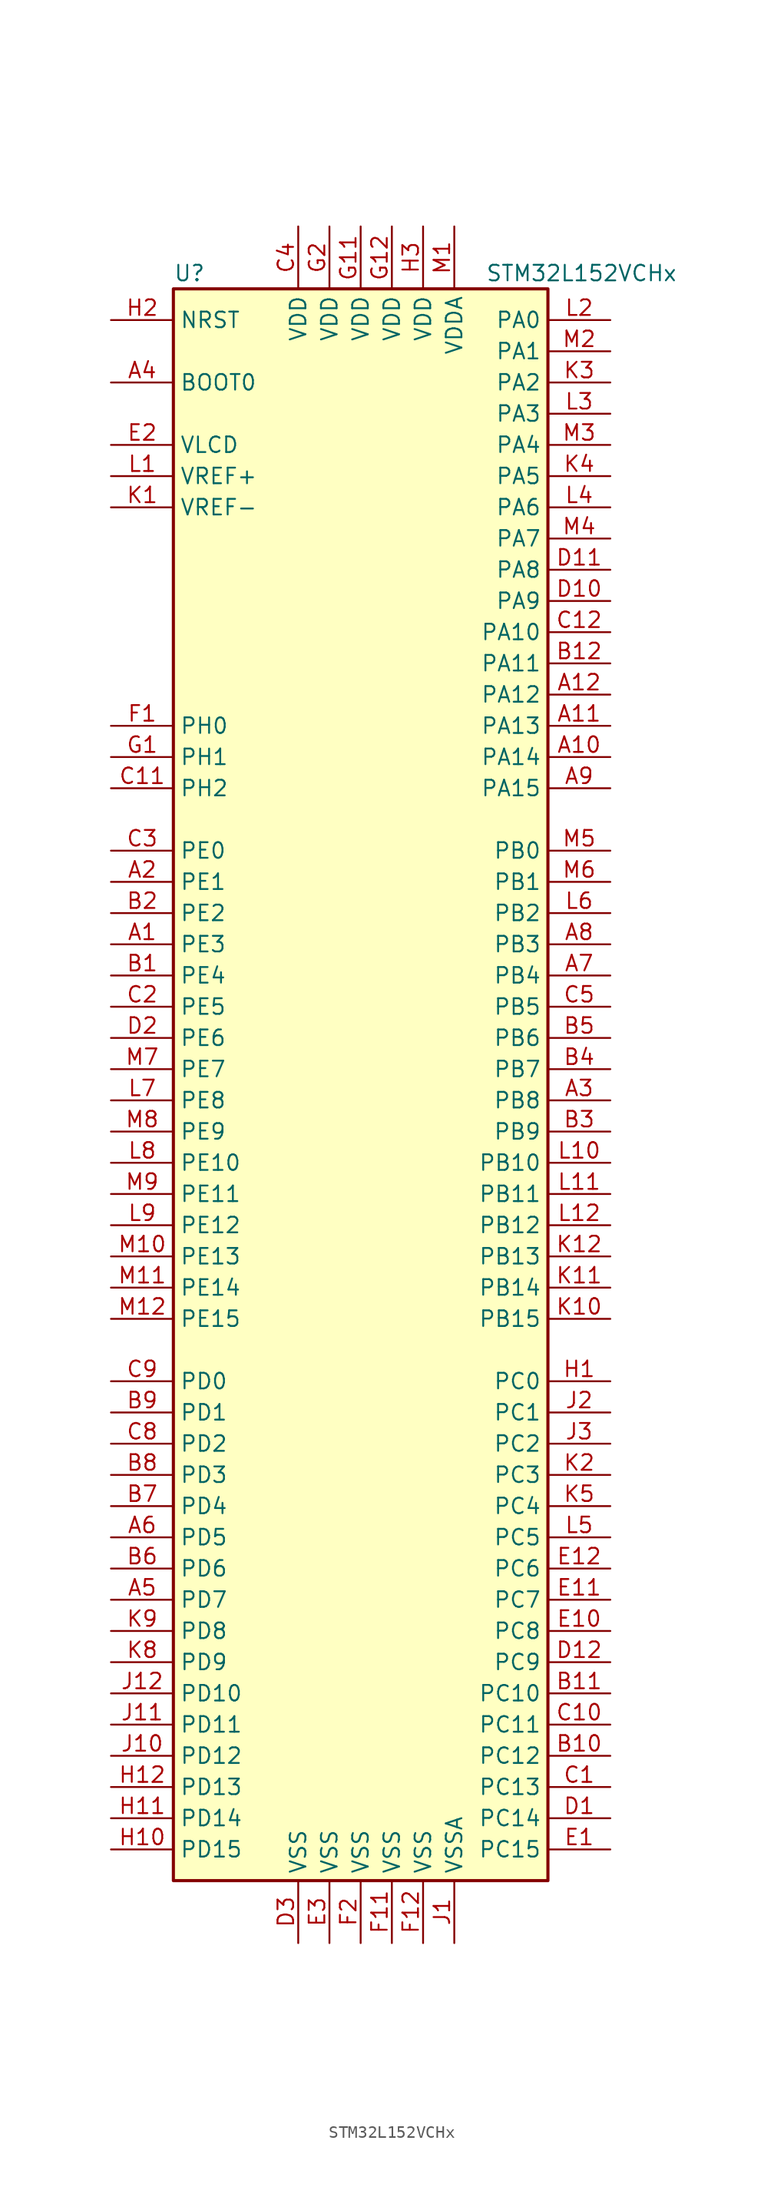
<source format=kicad_sym>
(kicad_symbol_lib
  (version 20201005)
  (generator kicad_symbol_editor)
  (symbol "STM32L152VCHx"
    (property "Reference" "U"
      (at -15.24 64.77 0)
      (effects (font (size 1.27 1.27)) (justify left)))
    (property "Value" "STM32L152VCHx"
      (at 10.16 64.77 0)
      (effects (font (size 1.27 1.27)) (justify left)))
    (symbol "STM32L152VCHx_0_1"
      (rectangle (start -15.24 -66.04) (end 15.24 63.5) (stroke (width 0.254)) (fill (type background))))
    (symbol "STM32L152VCHx_1_1"
      (pin bidirectional line (at -20.32 10.16 0) (length 5.08) (name "PE3" (effects (font (size 1.27 1.27)))) (number "A1" (effects (font (size 1.27 1.27)))))
      (pin bidirectional line (at 20.32 25.4 180) (length 5.08) (name "PA14" (effects (font (size 1.27 1.27)))) (number "A10" (effects (font (size 1.27 1.27)))))
      (pin bidirectional line (at 20.32 27.94 180) (length 5.08) (name "PA13" (effects (font (size 1.27 1.27)))) (number "A11" (effects (font (size 1.27 1.27)))))
      (pin bidirectional line (at 20.32 30.48 180) (length 5.08) (name "PA12" (effects (font (size 1.27 1.27)))) (number "A12" (effects (font (size 1.27 1.27)))))
      (pin bidirectional line (at -20.32 15.24 0) (length 5.08) (name "PE1" (effects (font (size 1.27 1.27)))) (number "A2" (effects (font (size 1.27 1.27)))))
      (pin bidirectional line (at 20.32 -2.54 180) (length 5.08) (name "PB8" (effects (font (size 1.27 1.27)))) (number "A3" (effects (font (size 1.27 1.27)))))
      (pin input line (at -20.32 55.88 0) (length 5.08) (name "BOOT0" (effects (font (size 1.27 1.27)))) (number "A4" (effects (font (size 1.27 1.27)))))
      (pin bidirectional line (at -20.32 -43.18 0) (length 5.08) (name "PD7" (effects (font (size 1.27 1.27)))) (number "A5" (effects (font (size 1.27 1.27)))))
      (pin bidirectional line (at -20.32 -38.1 0) (length 5.08) (name "PD5" (effects (font (size 1.27 1.27)))) (number "A6" (effects (font (size 1.27 1.27)))))
      (pin bidirectional line (at 20.32 7.62 180) (length 5.08) (name "PB4" (effects (font (size 1.27 1.27)))) (number "A7" (effects (font (size 1.27 1.27)))))
      (pin bidirectional line (at 20.32 10.16 180) (length 5.08) (name "PB3" (effects (font (size 1.27 1.27)))) (number "A8" (effects (font (size 1.27 1.27)))))
      (pin bidirectional line (at 20.32 22.86 180) (length 5.08) (name "PA15" (effects (font (size 1.27 1.27)))) (number "A9" (effects (font (size 1.27 1.27)))))
      (pin bidirectional line (at -20.32 7.62 0) (length 5.08) (name "PE4" (effects (font (size 1.27 1.27)))) (number "B1" (effects (font (size 1.27 1.27)))))
      (pin bidirectional line (at 20.32 -55.88 180) (length 5.08) (name "PC12" (effects (font (size 1.27 1.27)))) (number "B10" (effects (font (size 1.27 1.27)))))
      (pin bidirectional line (at 20.32 -50.8 180) (length 5.08) (name "PC10" (effects (font (size 1.27 1.27)))) (number "B11" (effects (font (size 1.27 1.27)))))
      (pin bidirectional line (at 20.32 33.02 180) (length 5.08) (name "PA11" (effects (font (size 1.27 1.27)))) (number "B12" (effects (font (size 1.27 1.27)))))
      (pin bidirectional line (at -20.32 12.7 0) (length 5.08) (name "PE2" (effects (font (size 1.27 1.27)))) (number "B2" (effects (font (size 1.27 1.27)))))
      (pin bidirectional line (at 20.32 -5.08 180) (length 5.08) (name "PB9" (effects (font (size 1.27 1.27)))) (number "B3" (effects (font (size 1.27 1.27)))))
      (pin bidirectional line (at 20.32 0 180) (length 5.08) (name "PB7" (effects (font (size 1.27 1.27)))) (number "B4" (effects (font (size 1.27 1.27)))))
      (pin bidirectional line (at 20.32 2.54 180) (length 5.08) (name "PB6" (effects (font (size 1.27 1.27)))) (number "B5" (effects (font (size 1.27 1.27)))))
      (pin bidirectional line (at -20.32 -40.64 0) (length 5.08) (name "PD6" (effects (font (size 1.27 1.27)))) (number "B6" (effects (font (size 1.27 1.27)))))
      (pin bidirectional line (at -20.32 -35.56 0) (length 5.08) (name "PD4" (effects (font (size 1.27 1.27)))) (number "B7" (effects (font (size 1.27 1.27)))))
      (pin bidirectional line (at -20.32 -33.02 0) (length 5.08) (name "PD3" (effects (font (size 1.27 1.27)))) (number "B8" (effects (font (size 1.27 1.27)))))
      (pin bidirectional line (at -20.32 -27.94 0) (length 5.08) (name "PD1" (effects (font (size 1.27 1.27)))) (number "B9" (effects (font (size 1.27 1.27)))))
      (pin bidirectional line (at 20.32 -58.42 180) (length 5.08) (name "PC13" (effects (font (size 1.27 1.27)))) (number "C1" (effects (font (size 1.27 1.27)))))
      (pin bidirectional line (at 20.32 -53.34 180) (length 5.08) (name "PC11" (effects (font (size 1.27 1.27)))) (number "C10" (effects (font (size 1.27 1.27)))))
      (pin bidirectional line (at -20.32 22.86 0) (length 5.08) (name "PH2" (effects (font (size 1.27 1.27)))) (number "C11" (effects (font (size 1.27 1.27)))))
      (pin bidirectional line (at 20.32 35.56 180) (length 5.08) (name "PA10" (effects (font (size 1.27 1.27)))) (number "C12" (effects (font (size 1.27 1.27)))))
      (pin bidirectional line (at -20.32 5.08 0) (length 5.08) (name "PE5" (effects (font (size 1.27 1.27)))) (number "C2" (effects (font (size 1.27 1.27)))))
      (pin bidirectional line (at -20.32 17.78 0) (length 5.08) (name "PE0" (effects (font (size 1.27 1.27)))) (number "C3" (effects (font (size 1.27 1.27)))))
      (pin power_in line (at -5.08 68.58 270) (length 5.08) (name "VDD" (effects (font (size 1.27 1.27)))) (number "C4" (effects (font (size 1.27 1.27)))))
      (pin bidirectional line (at 20.32 5.08 180) (length 5.08) (name "PB5" (effects (font (size 1.27 1.27)))) (number "C5" (effects (font (size 1.27 1.27)))))
      (pin bidirectional line (at -20.32 -30.48 0) (length 5.08) (name "PD2" (effects (font (size 1.27 1.27)))) (number "C8" (effects (font (size 1.27 1.27)))))
      (pin bidirectional line (at -20.32 -25.4 0) (length 5.08) (name "PD0" (effects (font (size 1.27 1.27)))) (number "C9" (effects (font (size 1.27 1.27)))))
      (pin bidirectional line (at 20.32 -60.96 180) (length 5.08) (name "PC14" (effects (font (size 1.27 1.27)))) (number "D1" (effects (font (size 1.27 1.27)))))
      (pin bidirectional line (at 20.32 38.1 180) (length 5.08) (name "PA9" (effects (font (size 1.27 1.27)))) (number "D10" (effects (font (size 1.27 1.27)))))
      (pin bidirectional line (at 20.32 40.64 180) (length 5.08) (name "PA8" (effects (font (size 1.27 1.27)))) (number "D11" (effects (font (size 1.27 1.27)))))
      (pin bidirectional line (at 20.32 -48.26 180) (length 5.08) (name "PC9" (effects (font (size 1.27 1.27)))) (number "D12" (effects (font (size 1.27 1.27)))))
      (pin bidirectional line (at -20.32 2.54 0) (length 5.08) (name "PE6" (effects (font (size 1.27 1.27)))) (number "D2" (effects (font (size 1.27 1.27)))))
      (pin power_in line (at -5.08 -71.12 90) (length 5.08) (name "VSS" (effects (font (size 1.27 1.27)))) (number "D3" (effects (font (size 1.27 1.27)))))
      (pin bidirectional line (at 20.32 -63.5 180) (length 5.08) (name "PC15" (effects (font (size 1.27 1.27)))) (number "E1" (effects (font (size 1.27 1.27)))))
      (pin bidirectional line (at 20.32 -45.72 180) (length 5.08) (name "PC8" (effects (font (size 1.27 1.27)))) (number "E10" (effects (font (size 1.27 1.27)))))
      (pin bidirectional line (at 20.32 -43.18 180) (length 5.08) (name "PC7" (effects (font (size 1.27 1.27)))) (number "E11" (effects (font (size 1.27 1.27)))))
      (pin bidirectional line (at 20.32 -40.64 180) (length 5.08) (name "PC6" (effects (font (size 1.27 1.27)))) (number "E12" (effects (font (size 1.27 1.27)))))
      (pin power_in line (at -20.32 50.8 0) (length 5.08) (name "VLCD" (effects (font (size 1.27 1.27)))) (number "E2" (effects (font (size 1.27 1.27)))))
      (pin power_in line (at -2.54 -71.12 90) (length 5.08) (name "VSS" (effects (font (size 1.27 1.27)))) (number "E3" (effects (font (size 1.27 1.27)))))
      (pin input line (at -20.32 27.94 0) (length 5.08) (name "PH0" (effects (font (size 1.27 1.27)))) (number "F1" (effects (font (size 1.27 1.27)))))
      (pin power_in line (at 2.54 -71.12 90) (length 5.08) (name "VSS" (effects (font (size 1.27 1.27)))) (number "F11" (effects (font (size 1.27 1.27)))))
      (pin power_in line (at 5.08 -71.12 90) (length 5.08) (name "VSS" (effects (font (size 1.27 1.27)))) (number "F12" (effects (font (size 1.27 1.27)))))
      (pin power_in line (at 0 -71.12 90) (length 5.08) (name "VSS" (effects (font (size 1.27 1.27)))) (number "F2" (effects (font (size 1.27 1.27)))))
      (pin input line (at -20.32 25.4 0) (length 5.08) (name "PH1" (effects (font (size 1.27 1.27)))) (number "G1" (effects (font (size 1.27 1.27)))))
      (pin power_in line (at 0 68.58 270) (length 5.08) (name "VDD" (effects (font (size 1.27 1.27)))) (number "G11" (effects (font (size 1.27 1.27)))))
      (pin power_in line (at 2.54 68.58 270) (length 5.08) (name "VDD" (effects (font (size 1.27 1.27)))) (number "G12" (effects (font (size 1.27 1.27)))))
      (pin power_in line (at -2.54 68.58 270) (length 5.08) (name "VDD" (effects (font (size 1.27 1.27)))) (number "G2" (effects (font (size 1.27 1.27)))))
      (pin bidirectional line (at 20.32 -25.4 180) (length 5.08) (name "PC0" (effects (font (size 1.27 1.27)))) (number "H1" (effects (font (size 1.27 1.27)))))
      (pin bidirectional line (at -20.32 -63.5 0) (length 5.08) (name "PD15" (effects (font (size 1.27 1.27)))) (number "H10" (effects (font (size 1.27 1.27)))))
      (pin bidirectional line (at -20.32 -60.96 0) (length 5.08) (name "PD14" (effects (font (size 1.27 1.27)))) (number "H11" (effects (font (size 1.27 1.27)))))
      (pin bidirectional line (at -20.32 -58.42 0) (length 5.08) (name "PD13" (effects (font (size 1.27 1.27)))) (number "H12" (effects (font (size 1.27 1.27)))))
      (pin input line (at -20.32 60.96 0) (length 5.08) (name "NRST" (effects (font (size 1.27 1.27)))) (number "H2" (effects (font (size 1.27 1.27)))))
      (pin power_in line (at 5.08 68.58 270) (length 5.08) (name "VDD" (effects (font (size 1.27 1.27)))) (number "H3" (effects (font (size 1.27 1.27)))))
      (pin power_in line (at 7.62 -71.12 90) (length 5.08) (name "VSSA" (effects (font (size 1.27 1.27)))) (number "J1" (effects (font (size 1.27 1.27)))))
      (pin bidirectional line (at -20.32 -55.88 0) (length 5.08) (name "PD12" (effects (font (size 1.27 1.27)))) (number "J10" (effects (font (size 1.27 1.27)))))
      (pin bidirectional line (at -20.32 -53.34 0) (length 5.08) (name "PD11" (effects (font (size 1.27 1.27)))) (number "J11" (effects (font (size 1.27 1.27)))))
      (pin bidirectional line (at -20.32 -50.8 0) (length 5.08) (name "PD10" (effects (font (size 1.27 1.27)))) (number "J12" (effects (font (size 1.27 1.27)))))
      (pin bidirectional line (at 20.32 -27.94 180) (length 5.08) (name "PC1" (effects (font (size 1.27 1.27)))) (number "J2" (effects (font (size 1.27 1.27)))))
      (pin bidirectional line (at 20.32 -30.48 180) (length 5.08) (name "PC2" (effects (font (size 1.27 1.27)))) (number "J3" (effects (font (size 1.27 1.27)))))
      (pin power_in line (at -20.32 45.72 0) (length 5.08) (name "VREF-" (effects (font (size 1.27 1.27)))) (number "K1" (effects (font (size 1.27 1.27)))))
      (pin bidirectional line (at 20.32 -20.32 180) (length 5.08) (name "PB15" (effects (font (size 1.27 1.27)))) (number "K10" (effects (font (size 1.27 1.27)))))
      (pin bidirectional line (at 20.32 -17.78 180) (length 5.08) (name "PB14" (effects (font (size 1.27 1.27)))) (number "K11" (effects (font (size 1.27 1.27)))))
      (pin bidirectional line (at 20.32 -15.24 180) (length 5.08) (name "PB13" (effects (font (size 1.27 1.27)))) (number "K12" (effects (font (size 1.27 1.27)))))
      (pin bidirectional line (at 20.32 -33.02 180) (length 5.08) (name "PC3" (effects (font (size 1.27 1.27)))) (number "K2" (effects (font (size 1.27 1.27)))))
      (pin bidirectional line (at 20.32 55.88 180) (length 5.08) (name "PA2" (effects (font (size 1.27 1.27)))) (number "K3" (effects (font (size 1.27 1.27)))))
      (pin bidirectional line (at 20.32 48.26 180) (length 5.08) (name "PA5" (effects (font (size 1.27 1.27)))) (number "K4" (effects (font (size 1.27 1.27)))))
      (pin bidirectional line (at 20.32 -35.56 180) (length 5.08) (name "PC4" (effects (font (size 1.27 1.27)))) (number "K5" (effects (font (size 1.27 1.27)))))
      (pin bidirectional line (at -20.32 -48.26 0) (length 5.08) (name "PD9" (effects (font (size 1.27 1.27)))) (number "K8" (effects (font (size 1.27 1.27)))))
      (pin bidirectional line (at -20.32 -45.72 0) (length 5.08) (name "PD8" (effects (font (size 1.27 1.27)))) (number "K9" (effects (font (size 1.27 1.27)))))
      (pin power_in line (at -20.32 48.26 0) (length 5.08) (name "VREF+" (effects (font (size 1.27 1.27)))) (number "L1" (effects (font (size 1.27 1.27)))))
      (pin bidirectional line (at 20.32 -7.62 180) (length 5.08) (name "PB10" (effects (font (size 1.27 1.27)))) (number "L10" (effects (font (size 1.27 1.27)))))
      (pin bidirectional line (at 20.32 -10.16 180) (length 5.08) (name "PB11" (effects (font (size 1.27 1.27)))) (number "L11" (effects (font (size 1.27 1.27)))))
      (pin bidirectional line (at 20.32 -12.7 180) (length 5.08) (name "PB12" (effects (font (size 1.27 1.27)))) (number "L12" (effects (font (size 1.27 1.27)))))
      (pin bidirectional line (at 20.32 60.96 180) (length 5.08) (name "PA0" (effects (font (size 1.27 1.27)))) (number "L2" (effects (font (size 1.27 1.27)))))
      (pin bidirectional line (at 20.32 53.34 180) (length 5.08) (name "PA3" (effects (font (size 1.27 1.27)))) (number "L3" (effects (font (size 1.27 1.27)))))
      (pin bidirectional line (at 20.32 45.72 180) (length 5.08) (name "PA6" (effects (font (size 1.27 1.27)))) (number "L4" (effects (font (size 1.27 1.27)))))
      (pin bidirectional line (at 20.32 -38.1 180) (length 5.08) (name "PC5" (effects (font (size 1.27 1.27)))) (number "L5" (effects (font (size 1.27 1.27)))))
      (pin bidirectional line (at 20.32 12.7 180) (length 5.08) (name "PB2" (effects (font (size 1.27 1.27)))) (number "L6" (effects (font (size 1.27 1.27)))))
      (pin bidirectional line (at -20.32 -2.54 0) (length 5.08) (name "PE8" (effects (font (size 1.27 1.27)))) (number "L7" (effects (font (size 1.27 1.27)))))
      (pin bidirectional line (at -20.32 -7.62 0) (length 5.08) (name "PE10" (effects (font (size 1.27 1.27)))) (number "L8" (effects (font (size 1.27 1.27)))))
      (pin bidirectional line (at -20.32 -12.7 0) (length 5.08) (name "PE12" (effects (font (size 1.27 1.27)))) (number "L9" (effects (font (size 1.27 1.27)))))
      (pin power_in line (at 7.62 68.58 270) (length 5.08) (name "VDDA" (effects (font (size 1.27 1.27)))) (number "M1" (effects (font (size 1.27 1.27)))))
      (pin bidirectional line (at -20.32 -15.24 0) (length 5.08) (name "PE13" (effects (font (size 1.27 1.27)))) (number "M10" (effects (font (size 1.27 1.27)))))
      (pin bidirectional line (at -20.32 -17.78 0) (length 5.08) (name "PE14" (effects (font (size 1.27 1.27)))) (number "M11" (effects (font (size 1.27 1.27)))))
      (pin bidirectional line (at -20.32 -20.32 0) (length 5.08) (name "PE15" (effects (font (size 1.27 1.27)))) (number "M12" (effects (font (size 1.27 1.27)))))
      (pin bidirectional line (at 20.32 58.42 180) (length 5.08) (name "PA1" (effects (font (size 1.27 1.27)))) (number "M2" (effects (font (size 1.27 1.27)))))
      (pin bidirectional line (at 20.32 50.8 180) (length 5.08) (name "PA4" (effects (font (size 1.27 1.27)))) (number "M3" (effects (font (size 1.27 1.27)))))
      (pin bidirectional line (at 20.32 43.18 180) (length 5.08) (name "PA7" (effects (font (size 1.27 1.27)))) (number "M4" (effects (font (size 1.27 1.27)))))
      (pin bidirectional line (at 20.32 17.78 180) (length 5.08) (name "PB0" (effects (font (size 1.27 1.27)))) (number "M5" (effects (font (size 1.27 1.27)))))
      (pin bidirectional line (at 20.32 15.24 180) (length 5.08) (name "PB1" (effects (font (size 1.27 1.27)))) (number "M6" (effects (font (size 1.27 1.27)))))
      (pin bidirectional line (at -20.32 0 0) (length 5.08) (name "PE7" (effects (font (size 1.27 1.27)))) (number "M7" (effects (font (size 1.27 1.27)))))
      (pin bidirectional line (at -20.32 -5.08 0) (length 5.08) (name "PE9" (effects (font (size 1.27 1.27)))) (number "M8" (effects (font (size 1.27 1.27)))))
      (pin bidirectional line (at -20.32 -10.16 0) (length 5.08) (name "PE11" (effects (font (size 1.27 1.27)))) (number "M9" (effects (font (size 1.27 1.27))))))))
</source>
